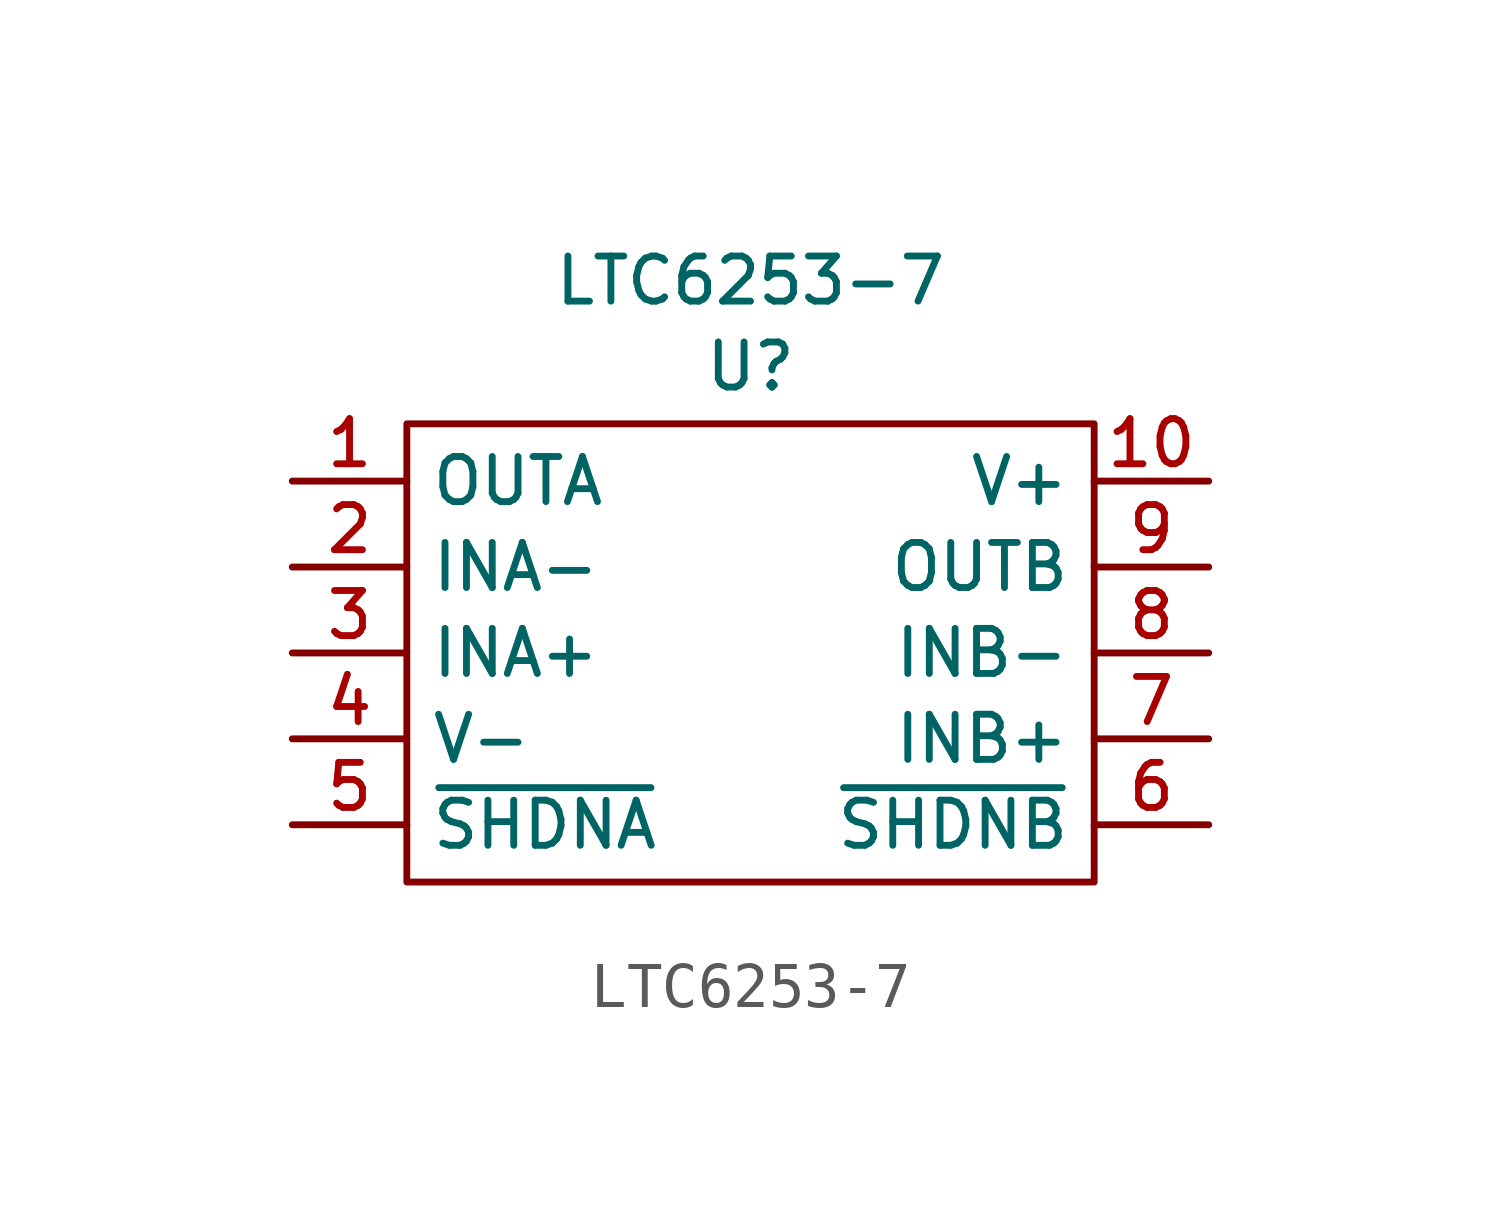
<source format=kicad_sym>
(kicad_symbol_lib
  (version 20211014)
  (generator kicad_symbol_editor)
  (symbol "LTC6253-7"
    (property "Reference" "U"
      (at 0 6.35 0)
      (effects (font (size 1 1))))
    (property "Value" "LTC6253-7"
      (at 0 8.255 0)
      (effects (font (size 1 1))))
    (symbol "LTC6253-7_0_1"
      (rectangle (start -7.62 5.08) (end 7.62 -5.08) (stroke (width 0.152) (type default) (color 0 0 0 0)) (fill (type none))))
    (symbol "LTC6253-7_1_1"
      (pin output line (at -10.16 3.81 0) (length 2.54) (name "OUTA" (effects (font (size 1 1)))) (number "1" (effects (font (size 1 1)))))
      (pin power_in line (at 10.16 3.81 180) (length 2.54) (name "V+" (effects (font (size 1 1)))) (number "10" (effects (font (size 1 1)))))
      (pin input line (at -10.16 1.905 0) (length 2.54) (name "INA-" (effects (font (size 1 1)))) (number "2" (effects (font (size 1 1)))))
      (pin input line (at -10.16 0 0) (length 2.54) (name "INA+" (effects (font (size 1 1)))) (number "3" (effects (font (size 1 1)))))
      (pin power_in line (at -10.16 -1.905 0) (length 2.54) (name "V-" (effects (font (size 1 1)))) (number "4" (effects (font (size 1 1)))))
      (pin input line (at -10.16 -3.81 0) (length 2.54) (name "~{SHDNA}" (effects (font (size 1 1)))) (number "5" (effects (font (size 1 1)))))
      (pin input line (at 10.16 -3.81 180) (length 2.54) (name "~{SHDNB}" (effects (font (size 1 1)))) (number "6" (effects (font (size 1 1)))))
      (pin input line (at 10.16 -1.905 180) (length 2.54) (name "INB+" (effects (font (size 1 1)))) (number "7" (effects (font (size 1 1)))))
      (pin input line (at 10.16 0 180) (length 2.54) (name "INB-" (effects (font (size 1 1)))) (number "8" (effects (font (size 1 1)))))
      (pin output line (at 10.16 1.905 180) (length 2.54) (name "OUTB" (effects (font (size 1 1)))) (number "9" (effects (font (size 1 1))))))))
</source>
